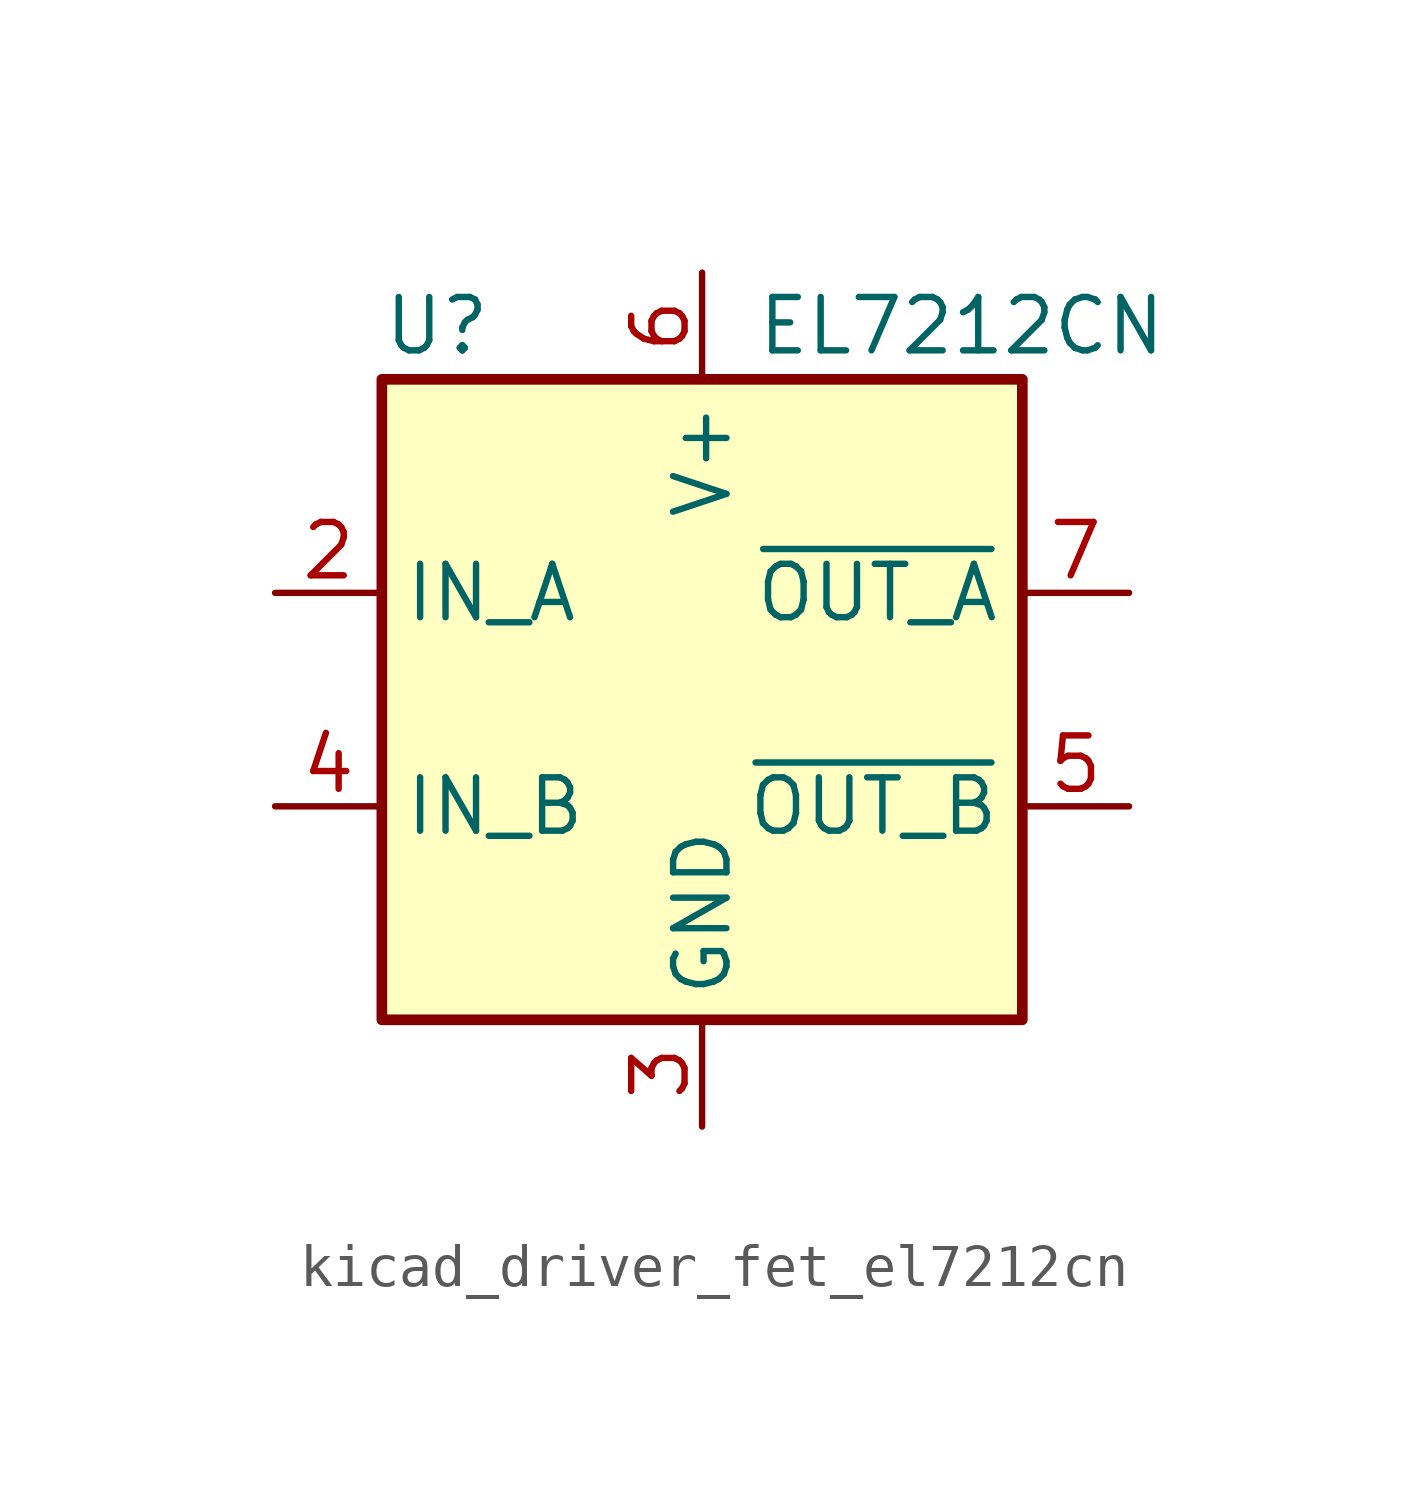
<source format=kicad_sym>
(kicad_symbol_lib
  (version 20220914)
  (generator kicad_symbol_editor)
  (symbol "kicad_driver_fet_el7212cn"
    (property "Reference" "U"
      (at -7.62 8.89 0)
      (effects (font (size 1.27 1.27)) (justify left)))
    (property "Value" "EL7212CN"
      (at 1.27 8.89 0)
      (effects (font (size 1.27 1.27)) (justify left)))
    (symbol "kicad_driver_fet_el7212cn_0_1"
      (rectangle (start -7.62 -7.62) (end 7.62 7.62) (stroke (width 0.254) (type default)) (fill (type background))))
    (symbol "kicad_driver_fet_el7212cn_1_1"
      (pin no_connect line (at -7.62 0 0) (length 2.54) hide (name "NC" (effects (font (size 1.27 1.27)))) (number "1" (effects (font (size 1.27 1.27)))))
      (pin input line (at -10.16 2.54 0) (length 2.54) (name "IN_A" (effects (font (size 1.27 1.27)))) (number "2" (effects (font (size 1.27 1.27)))))
      (pin power_in line (at 0 -10.16 90) (length 2.54) (name "GND" (effects (font (size 1.27 1.27)))) (number "3" (effects (font (size 1.27 1.27)))))
      (pin input line (at -10.16 -2.54 0) (length 2.54) (name "IN_B" (effects (font (size 1.27 1.27)))) (number "4" (effects (font (size 1.27 1.27)))))
      (pin output line (at 10.16 -2.54 180) (length 2.54) (name "~{OUT_B}" (effects (font (size 1.27 1.27)))) (number "5" (effects (font (size 1.27 1.27)))))
      (pin power_in line (at 0 10.16 270) (length 2.54) (name "V+" (effects (font (size 1.27 1.27)))) (number "6" (effects (font (size 1.27 1.27)))))
      (pin output line (at 10.16 2.54 180) (length 2.54) (name "~{OUT_A}" (effects (font (size 1.27 1.27)))) (number "7" (effects (font (size 1.27 1.27)))))
      (pin no_connect line (at 7.62 0 180) (length 2.54) hide (name "NC" (effects (font (size 1.27 1.27)))) (number "8" (effects (font (size 1.27 1.27))))))))
</source>
